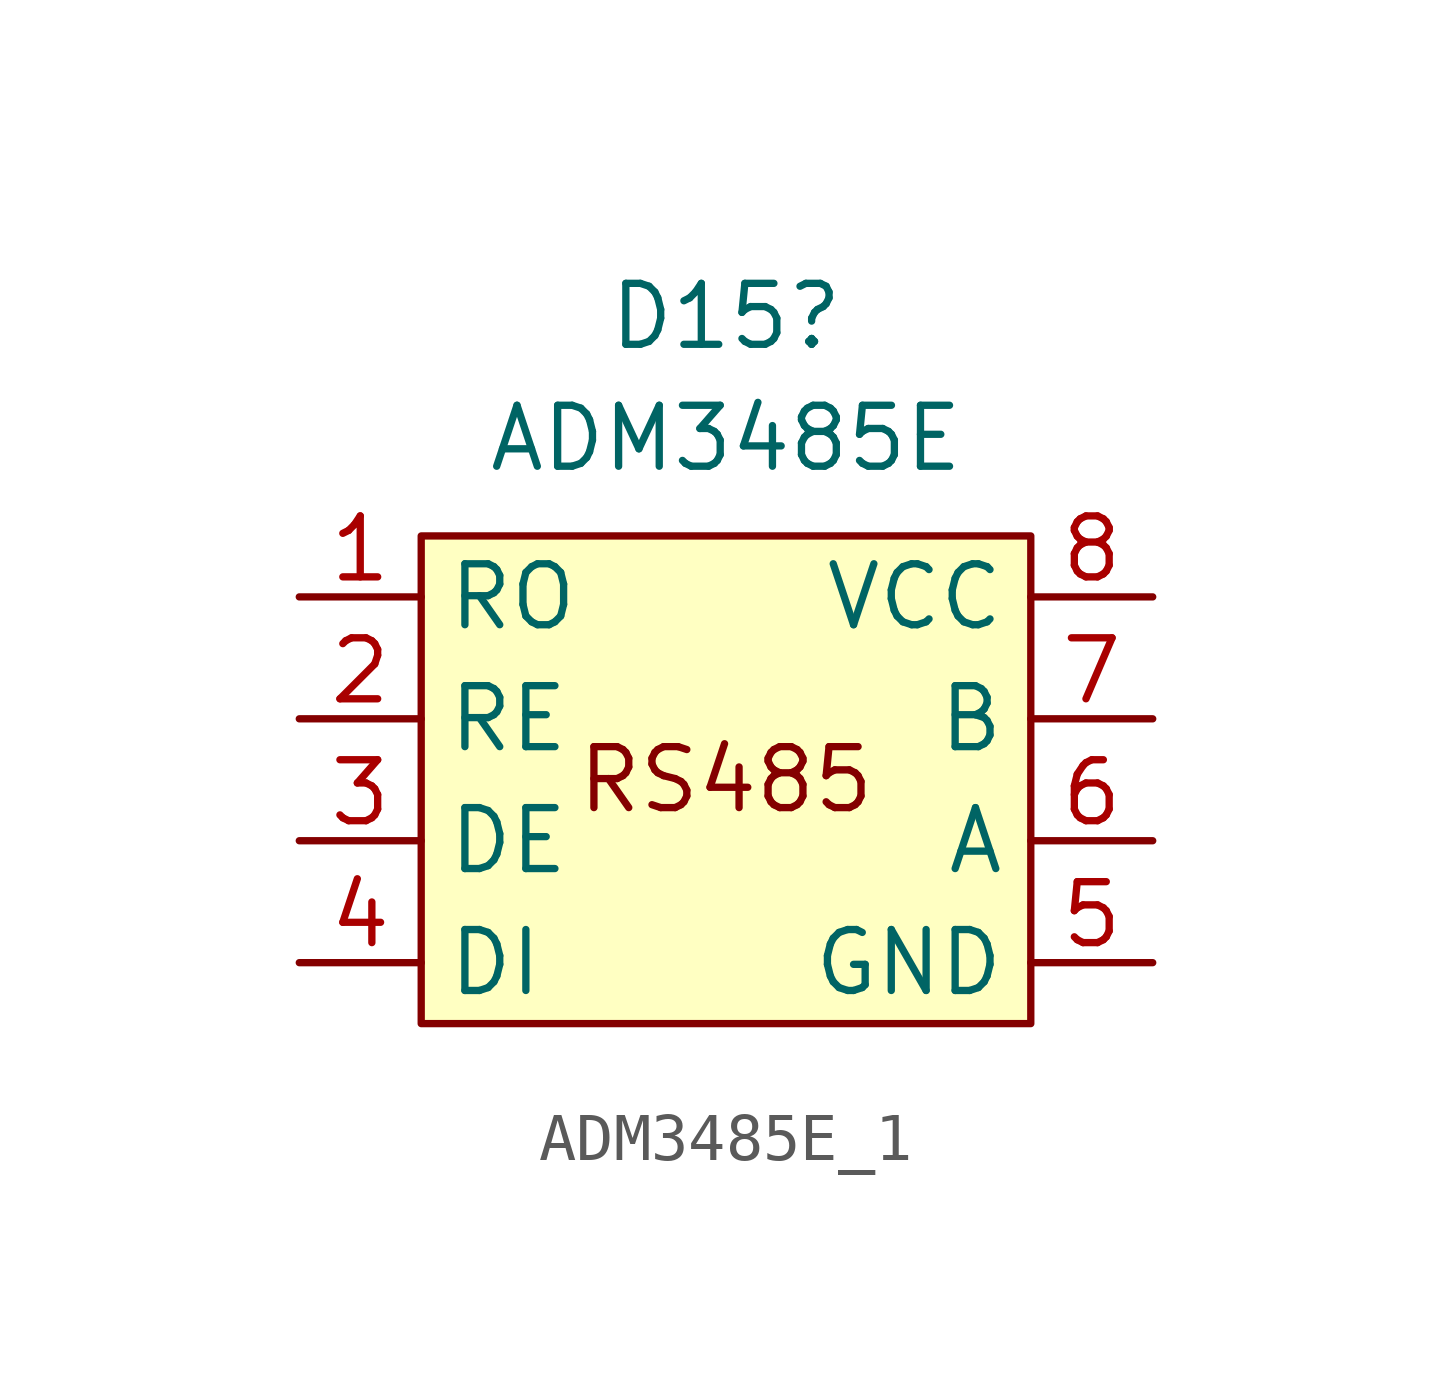
<source format=kicad_sym>
(kicad_symbol_lib
  (version 20231120)
  (generator "kicad_symbol_editor")
  (generator_version "8.0")
  (symbol "ADM3485E_1"
    (property "Reference" "D15"
      (at 0 2.032 0)
      (effects (font (size 1.27 1.27))))
    (property "Value" "ADM3485E"
      (at 0 -0.508 0)
      (effects (font (size 1.27 1.27))))
    (symbol "ADM3485E_1_0_0"
      (rectangle (start -6.35 -2.54) (end 6.35 -12.7) (stroke (width 0) (type default)) (fill (type background)))
      (text "RS485" (at 0 -7.62 0) (effects (font (size 1.27 1.27)))))
    (symbol "ADM3485E_1_1_1"
      (pin input line (at -8.89 -3.81 0) (length 2.54) (name "RO" (effects (font (size 1.27 1.27)))) (number "1" (effects (font (size 1.27 1.27)))))
      (pin input line (at -8.89 -6.35 0) (length 2.54) (name "RE" (effects (font (size 1.27 1.27)))) (number "2" (effects (font (size 1.27 1.27)))))
      (pin input line (at -8.89 -8.89 0) (length 2.54) (name "DE" (effects (font (size 1.27 1.27)))) (number "3" (effects (font (size 1.27 1.27)))))
      (pin input line (at -8.89 -11.43 0) (length 2.54) (name "DI" (effects (font (size 1.27 1.27)))) (number "4" (effects (font (size 1.27 1.27)))))
      (pin input line (at 8.89 -11.43 180) (length 2.54) (name "GND" (effects (font (size 1.27 1.27)))) (number "5" (effects (font (size 1.27 1.27)))))
      (pin input line (at 8.89 -8.89 180) (length 2.54) (name "A" (effects (font (size 1.27 1.27)))) (number "6" (effects (font (size 1.27 1.27)))))
      (pin input line (at 8.89 -6.35 180) (length 2.54) (name "B" (effects (font (size 1.27 1.27)))) (number "7" (effects (font (size 1.27 1.27)))))
      (pin input line (at 8.89 -3.81 180) (length 2.54) (name "VCC" (effects (font (size 1.27 1.27)))) (number "8" (effects (font (size 1.27 1.27))))))))
</source>
